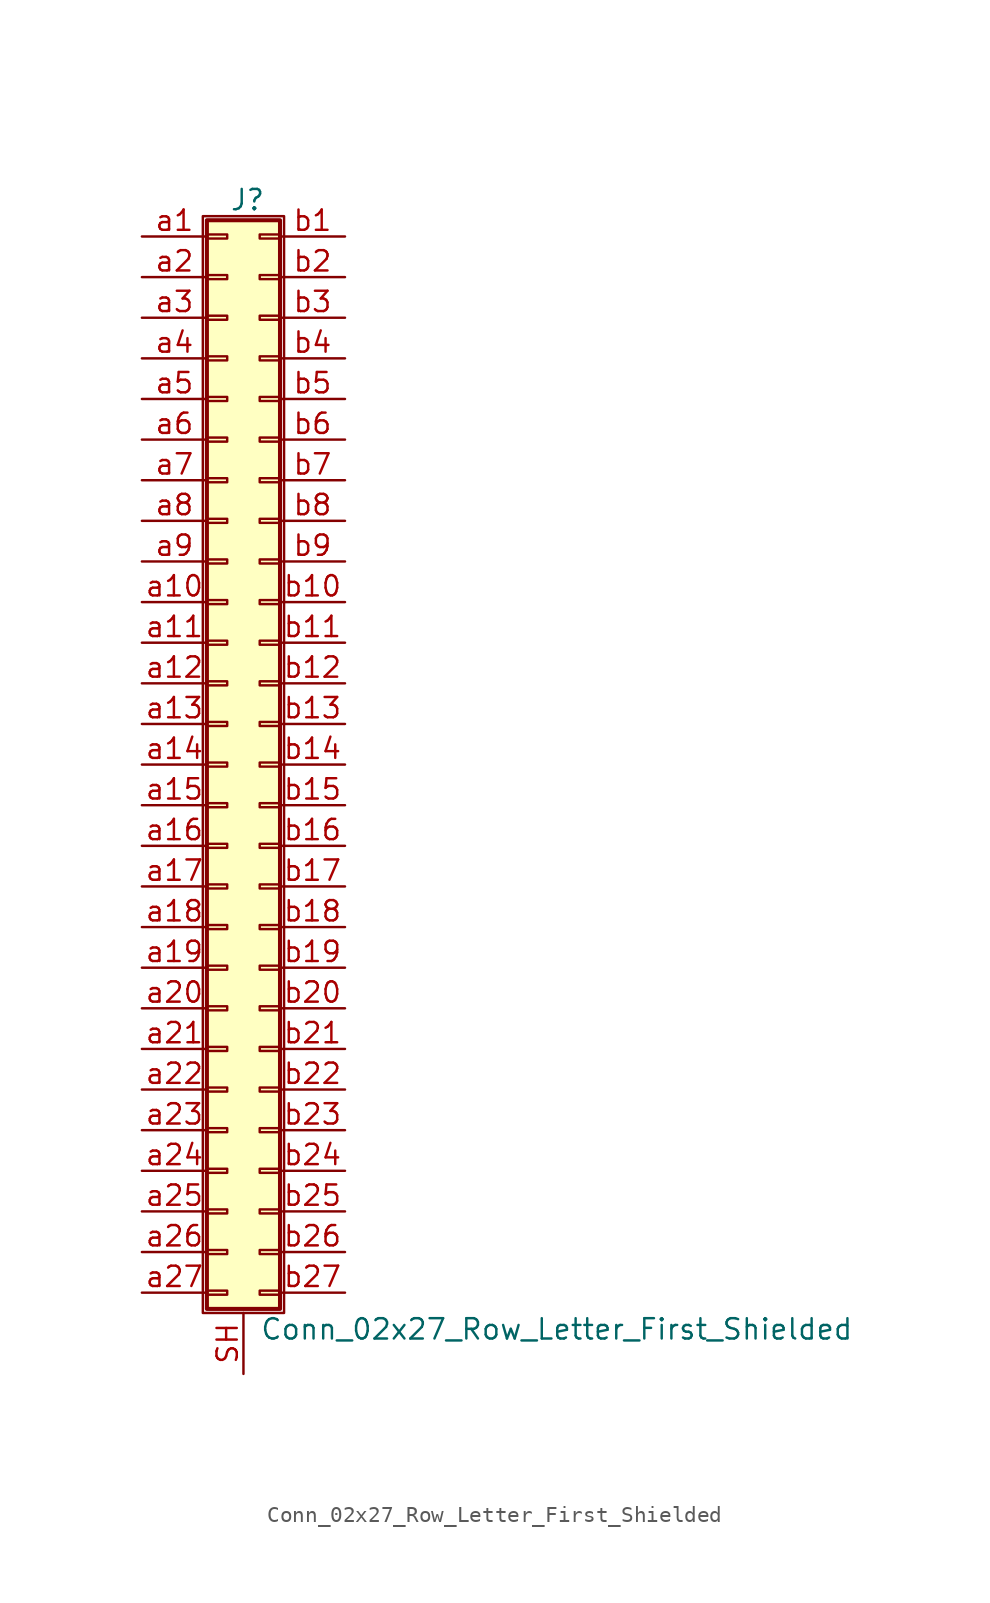
<source format=kicad_sym>
(kicad_symbol_lib
  (version 20201005)
  (generator kicad_symbol_editor)
  (symbol "Conn_02x27_Row_Letter_First_Shielded"
    (pin_names
      (offset 1.016) hide)
    (property "Reference" "J"
      (at 1.524 35.306 0)
      (effects (font (size 1.27 1.27))))
    (property "Value" "Conn_02x27_Row_Letter_First_Shielded"
      (at 2.286 -35.306 0)
      (effects (font (size 1.27 1.27)) (justify left)))
    (symbol "Conn_02x27_Row_Letter_First_Shielded_1_1"
      (rectangle (start -1.27 34.29) (end 3.81 -34.29) (stroke (width 0.152)) (fill (type none)))
      (rectangle (start -1.016 -32.893) (end 0.254 -33.147) (stroke (width 0.152)) (fill (type none)))
      (rectangle (start -1.016 -30.353) (end 0.254 -30.607) (stroke (width 0.152)) (fill (type none)))
      (rectangle (start -1.016 -27.813) (end 0.254 -28.067) (stroke (width 0.152)) (fill (type none)))
      (rectangle (start -1.016 -25.273) (end 0.254 -25.527) (stroke (width 0.152)) (fill (type none)))
      (rectangle (start -1.016 -22.733) (end 0.254 -22.987) (stroke (width 0.152)) (fill (type none)))
      (rectangle (start -1.016 -20.193) (end 0.254 -20.447) (stroke (width 0.152)) (fill (type none)))
      (rectangle (start -1.016 -17.653) (end 0.254 -17.907) (stroke (width 0.152)) (fill (type none)))
      (rectangle (start -1.016 -15.113) (end 0.254 -15.367) (stroke (width 0.152)) (fill (type none)))
      (rectangle (start -1.016 -12.573) (end 0.254 -12.827) (stroke (width 0.152)) (fill (type none)))
      (rectangle (start -1.016 -10.033) (end 0.254 -10.287) (stroke (width 0.152)) (fill (type none)))
      (rectangle (start -1.016 -7.493) (end 0.254 -7.747) (stroke (width 0.152)) (fill (type none)))
      (rectangle (start -1.016 -4.953) (end 0.254 -5.207) (stroke (width 0.152)) (fill (type none)))
      (rectangle (start -1.016 -2.413) (end 0.254 -2.667) (stroke (width 0.152)) (fill (type none)))
      (rectangle (start -1.016 0.127) (end 0.254 -0.127) (stroke (width 0.152)) (fill (type none)))
      (rectangle (start -1.016 2.667) (end 0.254 2.413) (stroke (width 0.152)) (fill (type none)))
      (rectangle (start -1.016 5.207) (end 0.254 4.953) (stroke (width 0.152)) (fill (type none)))
      (rectangle (start -1.016 7.747) (end 0.254 7.493) (stroke (width 0.152)) (fill (type none)))
      (rectangle (start -1.016 10.287) (end 0.254 10.033) (stroke (width 0.152)) (fill (type none)))
      (rectangle (start -1.016 12.827) (end 0.254 12.573) (stroke (width 0.152)) (fill (type none)))
      (rectangle (start -1.016 15.367) (end 0.254 15.113) (stroke (width 0.152)) (fill (type none)))
      (rectangle (start -1.016 17.907) (end 0.254 17.653) (stroke (width 0.152)) (fill (type none)))
      (rectangle (start -1.016 20.447) (end 0.254 20.193) (stroke (width 0.152)) (fill (type none)))
      (rectangle (start -1.016 22.987) (end 0.254 22.733) (stroke (width 0.152)) (fill (type none)))
      (rectangle (start -1.016 25.527) (end 0.254 25.273) (stroke (width 0.152)) (fill (type none)))
      (rectangle (start -1.016 28.067) (end 0.254 27.813) (stroke (width 0.152)) (fill (type none)))
      (rectangle (start -1.016 30.607) (end 0.254 30.353) (stroke (width 0.152)) (fill (type none)))
      (rectangle (start -1.016 33.147) (end 0.254 32.893) (stroke (width 0.152)) (fill (type none)))
      (rectangle (start 3.556 -32.893) (end 2.286 -33.147) (stroke (width 0.152)) (fill (type none)))
      (rectangle (start 3.556 -30.353) (end 2.286 -30.607) (stroke (width 0.152)) (fill (type none)))
      (rectangle (start 3.556 -27.813) (end 2.286 -28.067) (stroke (width 0.152)) (fill (type none)))
      (rectangle (start 3.556 -25.273) (end 2.286 -25.527) (stroke (width 0.152)) (fill (type none)))
      (rectangle (start 3.556 -22.733) (end 2.286 -22.987) (stroke (width 0.152)) (fill (type none)))
      (rectangle (start 3.556 -20.193) (end 2.286 -20.447) (stroke (width 0.152)) (fill (type none)))
      (rectangle (start 3.556 -17.653) (end 2.286 -17.907) (stroke (width 0.152)) (fill (type none)))
      (rectangle (start 3.556 -15.113) (end 2.286 -15.367) (stroke (width 0.152)) (fill (type none)))
      (rectangle (start 3.556 -12.573) (end 2.286 -12.827) (stroke (width 0.152)) (fill (type none)))
      (rectangle (start 3.556 -10.033) (end 2.286 -10.287) (stroke (width 0.152)) (fill (type none)))
      (rectangle (start 3.556 -7.493) (end 2.286 -7.747) (stroke (width 0.152)) (fill (type none)))
      (rectangle (start 3.556 -4.953) (end 2.286 -5.207) (stroke (width 0.152)) (fill (type none)))
      (rectangle (start 3.556 -2.413) (end 2.286 -2.667) (stroke (width 0.152)) (fill (type none)))
      (rectangle (start 3.556 0.127) (end 2.286 -0.127) (stroke (width 0.152)) (fill (type none)))
      (rectangle (start 3.556 2.667) (end 2.286 2.413) (stroke (width 0.152)) (fill (type none)))
      (rectangle (start 3.556 5.207) (end 2.286 4.953) (stroke (width 0.152)) (fill (type none)))
      (rectangle (start 3.556 7.747) (end 2.286 7.493) (stroke (width 0.152)) (fill (type none)))
      (rectangle (start 3.556 10.287) (end 2.286 10.033) (stroke (width 0.152)) (fill (type none)))
      (rectangle (start 3.556 12.827) (end 2.286 12.573) (stroke (width 0.152)) (fill (type none)))
      (rectangle (start 3.556 15.367) (end 2.286 15.113) (stroke (width 0.152)) (fill (type none)))
      (rectangle (start 3.556 17.907) (end 2.286 17.653) (stroke (width 0.152)) (fill (type none)))
      (rectangle (start 3.556 20.447) (end 2.286 20.193) (stroke (width 0.152)) (fill (type none)))
      (rectangle (start 3.556 22.987) (end 2.286 22.733) (stroke (width 0.152)) (fill (type none)))
      (rectangle (start 3.556 25.527) (end 2.286 25.273) (stroke (width 0.152)) (fill (type none)))
      (rectangle (start 3.556 28.067) (end 2.286 27.813) (stroke (width 0.152)) (fill (type none)))
      (rectangle (start 3.556 30.607) (end 2.286 30.353) (stroke (width 0.152)) (fill (type none)))
      (rectangle (start 3.556 33.147) (end 2.286 32.893) (stroke (width 0.152)) (fill (type none)))
      (rectangle (start -1.016 34.036) (end 3.556 -34.036) (stroke (width 0.254)) (fill (type background)))
      (pin passive line (at 1.27 -38.1 90) (length 3.81) (name "Shield" (effects (font (size 1.27 1.27)))) (number "SH" (effects (font (size 1.27 1.27)))))
      (pin passive line (at -5.08 33.02 0) (length 4.064) (name "Pin_a1" (effects (font (size 1.27 1.27)))) (number "a1" (effects (font (size 1.27 1.27)))))
      (pin passive line (at -5.08 10.16 0) (length 4.064) (name "Pin_a10" (effects (font (size 1.27 1.27)))) (number "a10" (effects (font (size 1.27 1.27)))))
      (pin passive line (at -5.08 7.62 0) (length 4.064) (name "Pin_a11" (effects (font (size 1.27 1.27)))) (number "a11" (effects (font (size 1.27 1.27)))))
      (pin passive line (at -5.08 5.08 0) (length 4.064) (name "Pin_a12" (effects (font (size 1.27 1.27)))) (number "a12" (effects (font (size 1.27 1.27)))))
      (pin passive line (at -5.08 2.54 0) (length 4.064) (name "Pin_a13" (effects (font (size 1.27 1.27)))) (number "a13" (effects (font (size 1.27 1.27)))))
      (pin passive line (at -5.08 0 0) (length 4.064) (name "Pin_a14" (effects (font (size 1.27 1.27)))) (number "a14" (effects (font (size 1.27 1.27)))))
      (pin passive line (at -5.08 -2.54 0) (length 4.064) (name "Pin_a15" (effects (font (size 1.27 1.27)))) (number "a15" (effects (font (size 1.27 1.27)))))
      (pin passive line (at -5.08 -5.08 0) (length 4.064) (name "Pin_a16" (effects (font (size 1.27 1.27)))) (number "a16" (effects (font (size 1.27 1.27)))))
      (pin passive line (at -5.08 -7.62 0) (length 4.064) (name "Pin_a17" (effects (font (size 1.27 1.27)))) (number "a17" (effects (font (size 1.27 1.27)))))
      (pin passive line (at -5.08 -10.16 0) (length 4.064) (name "Pin_a18" (effects (font (size 1.27 1.27)))) (number "a18" (effects (font (size 1.27 1.27)))))
      (pin passive line (at -5.08 -12.7 0) (length 4.064) (name "Pin_a19" (effects (font (size 1.27 1.27)))) (number "a19" (effects (font (size 1.27 1.27)))))
      (pin passive line (at -5.08 30.48 0) (length 4.064) (name "Pin_a2" (effects (font (size 1.27 1.27)))) (number "a2" (effects (font (size 1.27 1.27)))))
      (pin passive line (at -5.08 -15.24 0) (length 4.064) (name "Pin_a20" (effects (font (size 1.27 1.27)))) (number "a20" (effects (font (size 1.27 1.27)))))
      (pin passive line (at -5.08 -17.78 0) (length 4.064) (name "Pin_a21" (effects (font (size 1.27 1.27)))) (number "a21" (effects (font (size 1.27 1.27)))))
      (pin passive line (at -5.08 -20.32 0) (length 4.064) (name "Pin_a22" (effects (font (size 1.27 1.27)))) (number "a22" (effects (font (size 1.27 1.27)))))
      (pin passive line (at -5.08 -22.86 0) (length 4.064) (name "Pin_a23" (effects (font (size 1.27 1.27)))) (number "a23" (effects (font (size 1.27 1.27)))))
      (pin passive line (at -5.08 -25.4 0) (length 4.064) (name "Pin_a24" (effects (font (size 1.27 1.27)))) (number "a24" (effects (font (size 1.27 1.27)))))
      (pin passive line (at -5.08 -27.94 0) (length 4.064) (name "Pin_a25" (effects (font (size 1.27 1.27)))) (number "a25" (effects (font (size 1.27 1.27)))))
      (pin passive line (at -5.08 -30.48 0) (length 4.064) (name "Pin_a26" (effects (font (size 1.27 1.27)))) (number "a26" (effects (font (size 1.27 1.27)))))
      (pin passive line (at -5.08 -33.02 0) (length 4.064) (name "Pin_a27" (effects (font (size 1.27 1.27)))) (number "a27" (effects (font (size 1.27 1.27)))))
      (pin passive line (at -5.08 27.94 0) (length 4.064) (name "Pin_a3" (effects (font (size 1.27 1.27)))) (number "a3" (effects (font (size 1.27 1.27)))))
      (pin passive line (at -5.08 25.4 0) (length 4.064) (name "Pin_a4" (effects (font (size 1.27 1.27)))) (number "a4" (effects (font (size 1.27 1.27)))))
      (pin passive line (at -5.08 22.86 0) (length 4.064) (name "Pin_a5" (effects (font (size 1.27 1.27)))) (number "a5" (effects (font (size 1.27 1.27)))))
      (pin passive line (at -5.08 20.32 0) (length 4.064) (name "Pin_a6" (effects (font (size 1.27 1.27)))) (number "a6" (effects (font (size 1.27 1.27)))))
      (pin passive line (at -5.08 17.78 0) (length 4.064) (name "Pin_a7" (effects (font (size 1.27 1.27)))) (number "a7" (effects (font (size 1.27 1.27)))))
      (pin passive line (at -5.08 15.24 0) (length 4.064) (name "Pin_a8" (effects (font (size 1.27 1.27)))) (number "a8" (effects (font (size 1.27 1.27)))))
      (pin passive line (at -5.08 12.7 0) (length 4.064) (name "Pin_a9" (effects (font (size 1.27 1.27)))) (number "a9" (effects (font (size 1.27 1.27)))))
      (pin passive line (at 7.62 33.02 180) (length 4.064) (name "Pin_b1" (effects (font (size 1.27 1.27)))) (number "b1" (effects (font (size 1.27 1.27)))))
      (pin passive line (at 7.62 10.16 180) (length 4.064) (name "Pin_b10" (effects (font (size 1.27 1.27)))) (number "b10" (effects (font (size 1.27 1.27)))))
      (pin passive line (at 7.62 7.62 180) (length 4.064) (name "Pin_b11" (effects (font (size 1.27 1.27)))) (number "b11" (effects (font (size 1.27 1.27)))))
      (pin passive line (at 7.62 5.08 180) (length 4.064) (name "Pin_b12" (effects (font (size 1.27 1.27)))) (number "b12" (effects (font (size 1.27 1.27)))))
      (pin passive line (at 7.62 2.54 180) (length 4.064) (name "Pin_b13" (effects (font (size 1.27 1.27)))) (number "b13" (effects (font (size 1.27 1.27)))))
      (pin passive line (at 7.62 0 180) (length 4.064) (name "Pin_b14" (effects (font (size 1.27 1.27)))) (number "b14" (effects (font (size 1.27 1.27)))))
      (pin passive line (at 7.62 -2.54 180) (length 4.064) (name "Pin_b15" (effects (font (size 1.27 1.27)))) (number "b15" (effects (font (size 1.27 1.27)))))
      (pin passive line (at 7.62 -5.08 180) (length 4.064) (name "Pin_b16" (effects (font (size 1.27 1.27)))) (number "b16" (effects (font (size 1.27 1.27)))))
      (pin passive line (at 7.62 -7.62 180) (length 4.064) (name "Pin_b17" (effects (font (size 1.27 1.27)))) (number "b17" (effects (font (size 1.27 1.27)))))
      (pin passive line (at 7.62 -10.16 180) (length 4.064) (name "Pin_b18" (effects (font (size 1.27 1.27)))) (number "b18" (effects (font (size 1.27 1.27)))))
      (pin passive line (at 7.62 -12.7 180) (length 4.064) (name "Pin_b19" (effects (font (size 1.27 1.27)))) (number "b19" (effects (font (size 1.27 1.27)))))
      (pin passive line (at 7.62 30.48 180) (length 4.064) (name "Pin_b2" (effects (font (size 1.27 1.27)))) (number "b2" (effects (font (size 1.27 1.27)))))
      (pin passive line (at 7.62 -15.24 180) (length 4.064) (name "Pin_b20" (effects (font (size 1.27 1.27)))) (number "b20" (effects (font (size 1.27 1.27)))))
      (pin passive line (at 7.62 -17.78 180) (length 4.064) (name "Pin_b21" (effects (font (size 1.27 1.27)))) (number "b21" (effects (font (size 1.27 1.27)))))
      (pin passive line (at 7.62 -20.32 180) (length 4.064) (name "Pin_b22" (effects (font (size 1.27 1.27)))) (number "b22" (effects (font (size 1.27 1.27)))))
      (pin passive line (at 7.62 -22.86 180) (length 4.064) (name "Pin_b23" (effects (font (size 1.27 1.27)))) (number "b23" (effects (font (size 1.27 1.27)))))
      (pin passive line (at 7.62 -25.4 180) (length 4.064) (name "Pin_b24" (effects (font (size 1.27 1.27)))) (number "b24" (effects (font (size 1.27 1.27)))))
      (pin passive line (at 7.62 -27.94 180) (length 4.064) (name "Pin_b25" (effects (font (size 1.27 1.27)))) (number "b25" (effects (font (size 1.27 1.27)))))
      (pin passive line (at 7.62 -30.48 180) (length 4.064) (name "Pin_b26" (effects (font (size 1.27 1.27)))) (number "b26" (effects (font (size 1.27 1.27)))))
      (pin passive line (at 7.62 -33.02 180) (length 4.064) (name "Pin_b27" (effects (font (size 1.27 1.27)))) (number "b27" (effects (font (size 1.27 1.27)))))
      (pin passive line (at 7.62 27.94 180) (length 4.064) (name "Pin_b3" (effects (font (size 1.27 1.27)))) (number "b3" (effects (font (size 1.27 1.27)))))
      (pin passive line (at 7.62 25.4 180) (length 4.064) (name "Pin_b4" (effects (font (size 1.27 1.27)))) (number "b4" (effects (font (size 1.27 1.27)))))
      (pin passive line (at 7.62 22.86 180) (length 4.064) (name "Pin_b5" (effects (font (size 1.27 1.27)))) (number "b5" (effects (font (size 1.27 1.27)))))
      (pin passive line (at 7.62 20.32 180) (length 4.064) (name "Pin_b6" (effects (font (size 1.27 1.27)))) (number "b6" (effects (font (size 1.27 1.27)))))
      (pin passive line (at 7.62 17.78 180) (length 4.064) (name "Pin_b7" (effects (font (size 1.27 1.27)))) (number "b7" (effects (font (size 1.27 1.27)))))
      (pin passive line (at 7.62 15.24 180) (length 4.064) (name "Pin_b8" (effects (font (size 1.27 1.27)))) (number "b8" (effects (font (size 1.27 1.27)))))
      (pin passive line (at 7.62 12.7 180) (length 4.064) (name "Pin_b9" (effects (font (size 1.27 1.27)))) (number "b9" (effects (font (size 1.27 1.27))))))))
</source>
